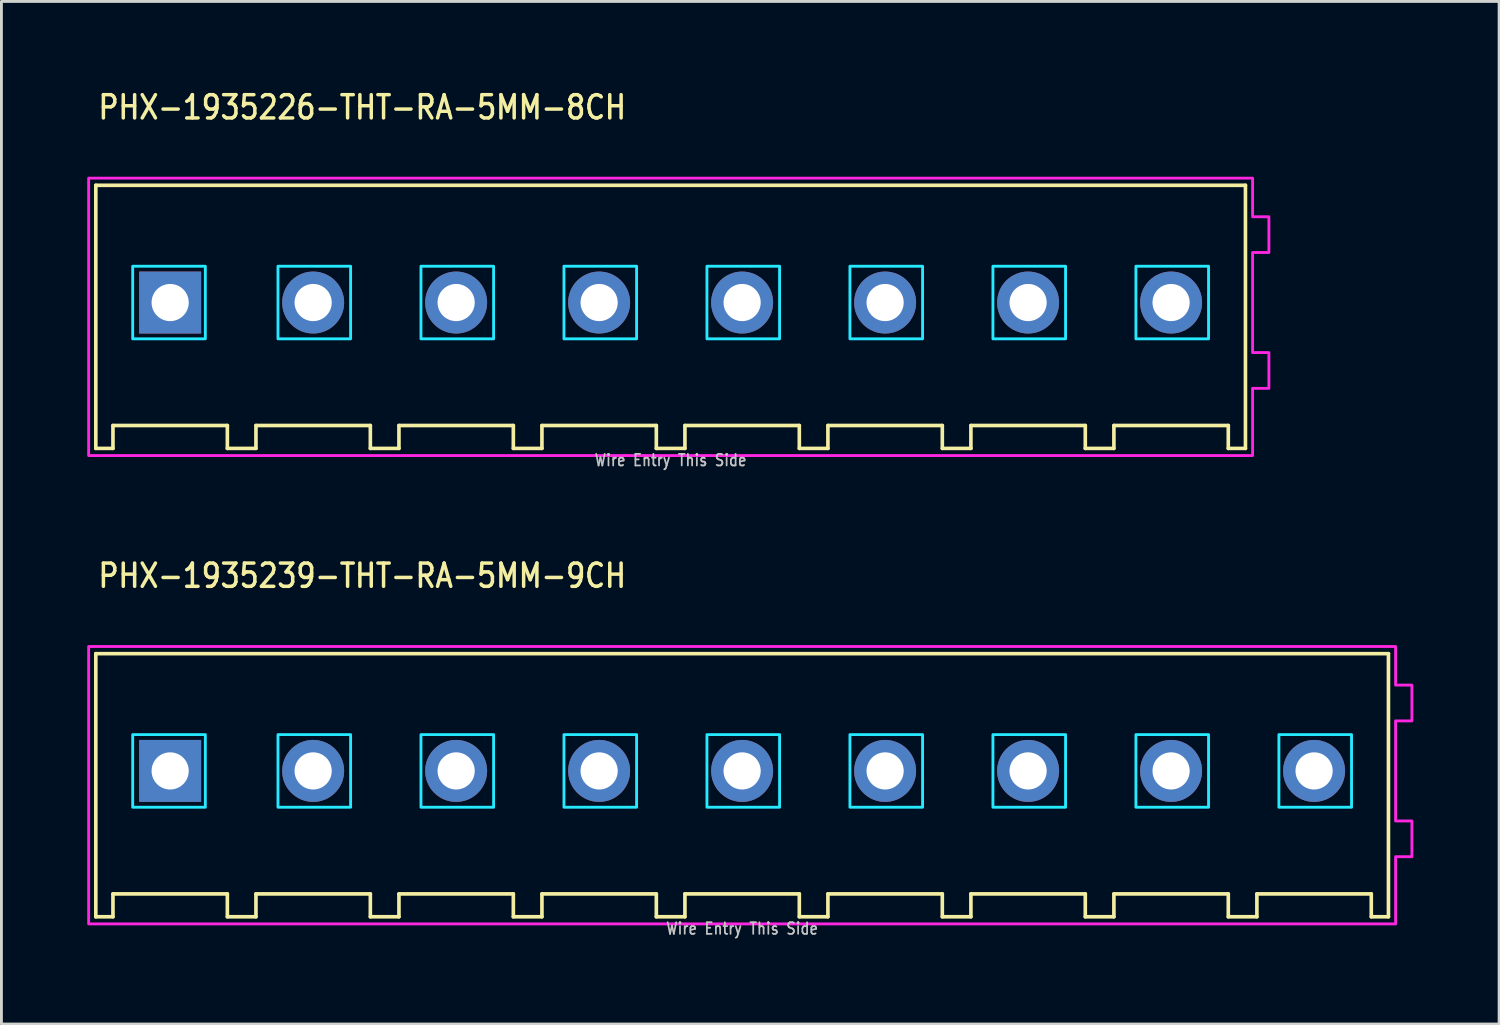
<source format=kicad_pcb>
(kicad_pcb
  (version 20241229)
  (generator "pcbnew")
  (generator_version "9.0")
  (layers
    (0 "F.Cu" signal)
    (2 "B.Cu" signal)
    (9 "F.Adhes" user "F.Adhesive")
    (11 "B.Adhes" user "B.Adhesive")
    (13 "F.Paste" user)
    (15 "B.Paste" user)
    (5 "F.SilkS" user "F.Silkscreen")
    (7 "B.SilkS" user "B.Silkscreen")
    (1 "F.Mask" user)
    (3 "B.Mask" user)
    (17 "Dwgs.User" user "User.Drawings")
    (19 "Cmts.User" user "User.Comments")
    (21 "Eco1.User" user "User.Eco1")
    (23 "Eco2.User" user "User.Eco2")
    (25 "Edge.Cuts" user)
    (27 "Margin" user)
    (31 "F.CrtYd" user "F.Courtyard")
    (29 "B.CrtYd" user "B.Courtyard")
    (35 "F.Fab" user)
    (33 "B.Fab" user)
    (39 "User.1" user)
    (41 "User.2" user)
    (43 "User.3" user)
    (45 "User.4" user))
  (footprint "PHX-1935226-THT-RA-5MM-8CH"
    (layer "F.Cu")
    (at 20.4 7.529)
    (property "Reference" "PHX-1935226-THT-RA-5MM-8CH" (at -20.08 -6.35 0) (unlocked yes) (layer "F.SilkS") (effects (font (size 0.813 0.695) (thickness 0.122)) (justify left bottom)))
    (fp_line (start -20.1 -4.1) (end -20.1 5.1) (stroke (width 0.127) (type solid)) (layer "F.SilkS"))
    (fp_line (start -20.1 5.1) (end -19.5 5.1) (stroke (width 0.127) (type solid)) (layer "F.SilkS"))
    (fp_line (start -19.5 4.3) (end -15.5 4.3) (stroke (width 0.127) (type solid)) (layer "F.SilkS"))
    (fp_line (start -19.5 5.1) (end -19.5 4.3) (stroke (width 0.127) (type solid)) (layer "F.SilkS"))
    (fp_line (start -15.5 4.3) (end -15.5 5.1) (stroke (width 0.127) (type solid)) (layer "F.SilkS"))
    (fp_line (start -15.5 5.1) (end -14.5 5.1) (stroke (width 0.127) (type solid)) (layer "F.SilkS"))
    (fp_line (start -14.5 4.3) (end -10.5 4.3) (stroke (width 0.127) (type solid)) (layer "F.SilkS"))
    (fp_line (start -14.5 5.1) (end -14.5 4.3) (stroke (width 0.127) (type solid)) (layer "F.SilkS"))
    (fp_line (start -10.5 4.3) (end -10.5 5.1) (stroke (width 0.127) (type solid)) (layer "F.SilkS"))
    (fp_line (start -10.5 5.1) (end -9.5 5.1) (stroke (width 0.127) (type solid)) (layer "F.SilkS"))
    (fp_line (start -9.5 4.3) (end -5.5 4.3) (stroke (width 0.127) (type solid)) (layer "F.SilkS"))
    (fp_line (start -9.5 5.1) (end -9.5 4.3) (stroke (width 0.127) (type solid)) (layer "F.SilkS"))
    (fp_line (start -5.5 4.3) (end -5.5 5.1) (stroke (width 0.127) (type solid)) (layer "F.SilkS"))
    (fp_line (start -5.5 5.1) (end -4.5 5.1) (stroke (width 0.127) (type solid)) (layer "F.SilkS"))
    (fp_line (start -4.5 4.3) (end -0.5 4.3) (stroke (width 0.127) (type solid)) (layer "F.SilkS"))
    (fp_line (start -4.5 5.1) (end -4.5 4.3) (stroke (width 0.127) (type solid)) (layer "F.SilkS"))
    (fp_line (start -0.5 4.3) (end -0.5 5.1) (stroke (width 0.127) (type solid)) (layer "F.SilkS"))
    (fp_line (start -0.5 5.1) (end 0.5 5.1) (stroke (width 0.127) (type solid)) (layer "F.SilkS"))
    (fp_line (start 0.5 4.3) (end 4.5 4.3) (stroke (width 0.127) (type solid)) (layer "F.SilkS"))
    (fp_line (start 0.5 5.1) (end 0.5 4.3) (stroke (width 0.127) (type solid)) (layer "F.SilkS"))
    (fp_line (start 4.5 4.3) (end 4.5 5.1) (stroke (width 0.127) (type solid)) (layer "F.SilkS"))
    (fp_line (start 4.5 5.1) (end 5.5 5.1) (stroke (width 0.127) (type solid)) (layer "F.SilkS"))
    (fp_line (start 5.5 4.3) (end 9.5 4.3) (stroke (width 0.127) (type solid)) (layer "F.SilkS"))
    (fp_line (start 5.5 5.1) (end 5.5 4.3) (stroke (width 0.127) (type solid)) (layer "F.SilkS"))
    (fp_line (start 9.5 4.3) (end 9.5 5.1) (stroke (width 0.127) (type solid)) (layer "F.SilkS"))
    (fp_line (start 9.5 5.1) (end 10.5 5.1) (stroke (width 0.127) (type solid)) (layer "F.SilkS"))
    (fp_line (start 10.5 4.3) (end 14.5 4.3) (stroke (width 0.127) (type solid)) (layer "F.SilkS"))
    (fp_line (start 10.5 5.1) (end 10.5 4.3) (stroke (width 0.127) (type solid)) (layer "F.SilkS"))
    (fp_line (start 14.5 4.3) (end 14.5 5.1) (stroke (width 0.127) (type solid)) (layer "F.SilkS"))
    (fp_line (start 14.5 5.1) (end 15.5 5.1) (stroke (width 0.127) (type solid)) (layer "F.SilkS"))
    (fp_line (start 15.5 4.3) (end 19.5 4.3) (stroke (width 0.127) (type solid)) (layer "F.SilkS"))
    (fp_line (start 15.5 5.1) (end 15.5 4.3) (stroke (width 0.127) (type solid)) (layer "F.SilkS"))
    (fp_line (start 19.5 4.3) (end 19.5 5.1) (stroke (width 0.127) (type solid)) (layer "F.SilkS"))
    (fp_line (start 19.5 5.1) (end 20.1 5.1) (stroke (width 0.127) (type solid)) (layer "F.SilkS"))
    (fp_line (start 20.1 -4.1) (end -20.1 -4.1) (stroke (width 0.127) (type solid)) (layer "F.SilkS"))
    (fp_line (start 20.1 5.1) (end 20.1 -4.1) (stroke (width 0.127) (type solid)) (layer "F.SilkS"))
    (fp_poly (pts (xy -18.81 -1.27) (xy -16.27 -1.27) (xy -16.27 1.27) (xy -18.81 1.27)) (stroke (width 0.1) (type solid)) (fill no) (layer "B.CrtYd"))
    (fp_poly (pts (xy -13.73 -1.27) (xy -11.19 -1.27) (xy -11.19 1.27) (xy -13.73 1.27)) (stroke (width 0.1) (type solid)) (fill no) (layer "B.CrtYd"))
    (fp_poly (pts (xy -8.73 -1.27) (xy -6.19 -1.27) (xy -6.19 1.27) (xy -8.73 1.27)) (stroke (width 0.1) (type solid)) (fill no) (layer "B.CrtYd"))
    (fp_poly (pts (xy -3.73 -1.27) (xy -1.19 -1.27) (xy -1.19 1.27) (xy -3.73 1.27)) (stroke (width 0.1) (type solid)) (fill no) (layer "B.CrtYd"))
    (fp_poly (pts (xy 1.27 -1.27) (xy 3.81 -1.27) (xy 3.81 1.27) (xy 1.27 1.27)) (stroke (width 0.1) (type solid)) (fill no) (layer "B.CrtYd"))
    (fp_poly (pts (xy 6.27 -1.27) (xy 8.81 -1.27) (xy 8.81 1.27) (xy 6.27 1.27)) (stroke (width 0.1) (type solid)) (fill no) (layer "B.CrtYd"))
    (fp_poly (pts (xy 11.27 -1.27) (xy 13.81 -1.27) (xy 13.81 1.27) (xy 11.27 1.27)) (stroke (width 0.1) (type solid)) (fill no) (layer "B.CrtYd"))
    (fp_poly (pts (xy 16.27 -1.27) (xy 18.81 -1.27) (xy 18.81 1.27) (xy 16.27 1.27)) (stroke (width 0.1) (type solid)) (fill no) (layer "B.CrtYd"))
    (fp_poly (pts (xy -20.35 -4.35) (xy -20.35 5.35) (xy 20.35 5.35) (xy 20.35 3) (xy 20.92 3) (xy 20.92 1.75) (xy 20.35 1.75) (xy 20.35 -1.75) (xy 20.92 -1.75) (xy 20.92 -3) (xy 20.35 -3) (xy 20.35 -4.35)) (stroke (width 0.1) (type solid)) (fill no) (layer "F.CrtYd"))
    (fp_text user "Wire Entry This Side" (at 0 5.75 0) (unlocked yes) (layer "Dwgs.User") (effects (font (size 0.406 0.347) (thickness 0.061)) (justify bottom)))
    (pad "1" thru_hole rect (at -17.5 0) (size 2.167 2.167) (drill 1.3) (layers "*.Cu" "*.Mask"))
    (pad "2" thru_hole oval (at -12.5 0) (size 2.167 2.167) (drill 1.3) (layers "*.Cu" "*.Mask"))
    (pad "3" thru_hole oval (at -7.5 0) (size 2.167 2.167) (drill 1.3) (layers "*.Cu" "*.Mask"))
    (pad "4" thru_hole oval (at -2.5 0) (size 2.167 2.167) (drill 1.3) (layers "*.Cu" "*.Mask"))
    (pad "5" thru_hole oval (at 2.5 0) (size 2.167 2.167) (drill 1.3) (layers "*.Cu" "*.Mask"))
    (pad "6" thru_hole oval (at 7.5 0) (size 2.167 2.167) (drill 1.3) (layers "*.Cu" "*.Mask"))
    (pad "7" thru_hole oval (at 12.5 0) (size 2.167 2.167) (drill 1.3) (layers "*.Cu" "*.Mask"))
    (pad "8" thru_hole oval (at 17.5 0) (size 2.167 2.167) (drill 1.3) (layers "*.Cu" "*.Mask")))
  (footprint "PHX-1935239-THT-RA-5MM-9CH"
    (layer "F.Cu")
    (at 22.9 23.907)
    (property "Reference" "PHX-1935239-THT-RA-5MM-9CH" (at -22.58 -6.35 0) (unlocked yes) (layer "F.SilkS") (effects (font (size 0.813 0.695) (thickness 0.122)) (justify left bottom)))
    (fp_line (start -22.6 -4.1) (end -22.6 5.1) (stroke (width 0.127) (type solid)) (layer "F.SilkS"))
    (fp_line (start -22.6 5.1) (end -22 5.1) (stroke (width 0.127) (type solid)) (layer "F.SilkS"))
    (fp_line (start -22 4.3) (end -18 4.3) (stroke (width 0.127) (type solid)) (layer "F.SilkS"))
    (fp_line (start -22 5.1) (end -22 4.3) (stroke (width 0.127) (type solid)) (layer "F.SilkS"))
    (fp_line (start -18 4.3) (end -18 5.1) (stroke (width 0.127) (type solid)) (layer "F.SilkS"))
    (fp_line (start -18 5.1) (end -17 5.1) (stroke (width 0.127) (type solid)) (layer "F.SilkS"))
    (fp_line (start -17 4.3) (end -13 4.3) (stroke (width 0.127) (type solid)) (layer "F.SilkS"))
    (fp_line (start -17 5.1) (end -17 4.3) (stroke (width 0.127) (type solid)) (layer "F.SilkS"))
    (fp_line (start -13 4.3) (end -13 5.1) (stroke (width 0.127) (type solid)) (layer "F.SilkS"))
    (fp_line (start -13 5.1) (end -12 5.1) (stroke (width 0.127) (type solid)) (layer "F.SilkS"))
    (fp_line (start -12 4.3) (end -8 4.3) (stroke (width 0.127) (type solid)) (layer "F.SilkS"))
    (fp_line (start -12 5.1) (end -12 4.3) (stroke (width 0.127) (type solid)) (layer "F.SilkS"))
    (fp_line (start -8 4.3) (end -8 5.1) (stroke (width 0.127) (type solid)) (layer "F.SilkS"))
    (fp_line (start -8 5.1) (end -7 5.1) (stroke (width 0.127) (type solid)) (layer "F.SilkS"))
    (fp_line (start -7 4.3) (end -3 4.3) (stroke (width 0.127) (type solid)) (layer "F.SilkS"))
    (fp_line (start -7 5.1) (end -7 4.3) (stroke (width 0.127) (type solid)) (layer "F.SilkS"))
    (fp_line (start -3 4.3) (end -3 5.1) (stroke (width 0.127) (type solid)) (layer "F.SilkS"))
    (fp_line (start -3 5.1) (end -2 5.1) (stroke (width 0.127) (type solid)) (layer "F.SilkS"))
    (fp_line (start -2 4.3) (end 2 4.3) (stroke (width 0.127) (type solid)) (layer "F.SilkS"))
    (fp_line (start -2 5.1) (end -2 4.3) (stroke (width 0.127) (type solid)) (layer "F.SilkS"))
    (fp_line (start 2 4.3) (end 2 5.1) (stroke (width 0.127) (type solid)) (layer "F.SilkS"))
    (fp_line (start 2 5.1) (end 3 5.1) (stroke (width 0.127) (type solid)) (layer "F.SilkS"))
    (fp_line (start 3 4.3) (end 7 4.3) (stroke (width 0.127) (type solid)) (layer "F.SilkS"))
    (fp_line (start 3 5.1) (end 3 4.3) (stroke (width 0.127) (type solid)) (layer "F.SilkS"))
    (fp_line (start 7 4.3) (end 7 5.1) (stroke (width 0.127) (type solid)) (layer "F.SilkS"))
    (fp_line (start 7 5.1) (end 8 5.1) (stroke (width 0.127) (type solid)) (layer "F.SilkS"))
    (fp_line (start 8 4.3) (end 12 4.3) (stroke (width 0.127) (type solid)) (layer "F.SilkS"))
    (fp_line (start 8 5.1) (end 8 4.3) (stroke (width 0.127) (type solid)) (layer "F.SilkS"))
    (fp_line (start 12 4.3) (end 12 5.1) (stroke (width 0.127) (type solid)) (layer "F.SilkS"))
    (fp_line (start 12 5.1) (end 13 5.1) (stroke (width 0.127) (type solid)) (layer "F.SilkS"))
    (fp_line (start 13 4.3) (end 17 4.3) (stroke (width 0.127) (type solid)) (layer "F.SilkS"))
    (fp_line (start 13 5.1) (end 13 4.3) (stroke (width 0.127) (type solid)) (layer "F.SilkS"))
    (fp_line (start 17 4.3) (end 17 5.1) (stroke (width 0.127) (type solid)) (layer "F.SilkS"))
    (fp_line (start 17 5.1) (end 18 5.1) (stroke (width 0.127) (type solid)) (layer "F.SilkS"))
    (fp_line (start 18 4.3) (end 22 4.3) (stroke (width 0.127) (type solid)) (layer "F.SilkS"))
    (fp_line (start 18 5.1) (end 18 4.3) (stroke (width 0.127) (type solid)) (layer "F.SilkS"))
    (fp_line (start 22 4.3) (end 22 5.1) (stroke (width 0.127) (type solid)) (layer "F.SilkS"))
    (fp_line (start 22 5.1) (end 22.6 5.1) (stroke (width 0.127) (type solid)) (layer "F.SilkS"))
    (fp_line (start 22.6 -4.1) (end -22.6 -4.1) (stroke (width 0.127) (type solid)) (layer "F.SilkS"))
    (fp_line (start 22.6 5.1) (end 22.6 -4.1) (stroke (width 0.127) (type solid)) (layer "F.SilkS"))
    (fp_poly (pts (xy -21.31 -1.27) (xy -18.77 -1.27) (xy -18.77 1.27) (xy -21.31 1.27)) (stroke (width 0.1) (type solid)) (fill no) (layer "B.CrtYd"))
    (fp_poly (pts (xy -16.23 -1.27) (xy -13.69 -1.27) (xy -13.69 1.27) (xy -16.23 1.27)) (stroke (width 0.1) (type solid)) (fill no) (layer "B.CrtYd"))
    (fp_poly (pts (xy -11.23 -1.27) (xy -8.69 -1.27) (xy -8.69 1.27) (xy -11.23 1.27)) (stroke (width 0.1) (type solid)) (fill no) (layer "B.CrtYd"))
    (fp_poly (pts (xy -6.23 -1.27) (xy -3.69 -1.27) (xy -3.69 1.27) (xy -6.23 1.27)) (stroke (width 0.1) (type solid)) (fill no) (layer "B.CrtYd"))
    (fp_poly (pts (xy -1.23 -1.27) (xy 1.31 -1.27) (xy 1.31 1.27) (xy -1.23 1.27)) (stroke (width 0.1) (type solid)) (fill no) (layer "B.CrtYd"))
    (fp_poly (pts (xy 3.77 -1.27) (xy 6.31 -1.27) (xy 6.31 1.27) (xy 3.77 1.27)) (stroke (width 0.1) (type solid)) (fill no) (layer "B.CrtYd"))
    (fp_poly (pts (xy 8.77 -1.27) (xy 11.31 -1.27) (xy 11.31 1.27) (xy 8.77 1.27)) (stroke (width 0.1) (type solid)) (fill no) (layer "B.CrtYd"))
    (fp_poly (pts (xy 13.77 -1.27) (xy 16.31 -1.27) (xy 16.31 1.27) (xy 13.77 1.27)) (stroke (width 0.1) (type solid)) (fill no) (layer "B.CrtYd"))
    (fp_poly (pts (xy 18.77 -1.27) (xy 21.31 -1.27) (xy 21.31 1.27) (xy 18.77 1.27)) (stroke (width 0.1) (type solid)) (fill no) (layer "B.CrtYd"))
    (fp_poly (pts (xy -22.85 -4.35) (xy -22.85 5.35) (xy 22.85 5.35) (xy 22.85 3) (xy 23.42 3) (xy 23.42 1.75) (xy 22.85 1.75) (xy 22.85 -1.75) (xy 23.42 -1.75) (xy 23.42 -3) (xy 22.85 -3) (xy 22.85 -4.35)) (stroke (width 0.1) (type solid)) (fill no) (layer "F.CrtYd"))
    (fp_text user "Wire Entry This Side" (at 0 5.75 0) (unlocked yes) (layer "Dwgs.User") (effects (font (size 0.406 0.347) (thickness 0.061)) (justify bottom)))
    (pad "1" thru_hole rect (at -20 0) (size 2.167 2.167) (drill 1.3) (layers "*.Cu" "*.Mask"))
    (pad "2" thru_hole oval (at -15 0) (size 2.167 2.167) (drill 1.3) (layers "*.Cu" "*.Mask"))
    (pad "3" thru_hole oval (at -10 0) (size 2.167 2.167) (drill 1.3) (layers "*.Cu" "*.Mask"))
    (pad "4" thru_hole oval (at -5 0) (size 2.167 2.167) (drill 1.3) (layers "*.Cu" "*.Mask"))
    (pad "5" thru_hole oval (at 0 0) (size 2.167 2.167) (drill 1.3) (layers "*.Cu" "*.Mask"))
    (pad "6" thru_hole oval (at 5 0) (size 2.167 2.167) (drill 1.3) (layers "*.Cu" "*.Mask"))
    (pad "7" thru_hole oval (at 10 0) (size 2.167 2.167) (drill 1.3) (layers "*.Cu" "*.Mask"))
    (pad "8" thru_hole oval (at 15 0) (size 2.167 2.167) (drill 1.3) (layers "*.Cu" "*.Mask"))
    (pad "9" thru_hole oval (at 20 0) (size 2.167 2.167) (drill 1.3) (layers "*.Cu" "*.Mask")))
  (gr_rect
    (start -3 -3)
    (end 49.37 32.757)
    (stroke (width 0.1) (type default))
    (fill no)
    (layer "Edge.Cuts")))
</source>
